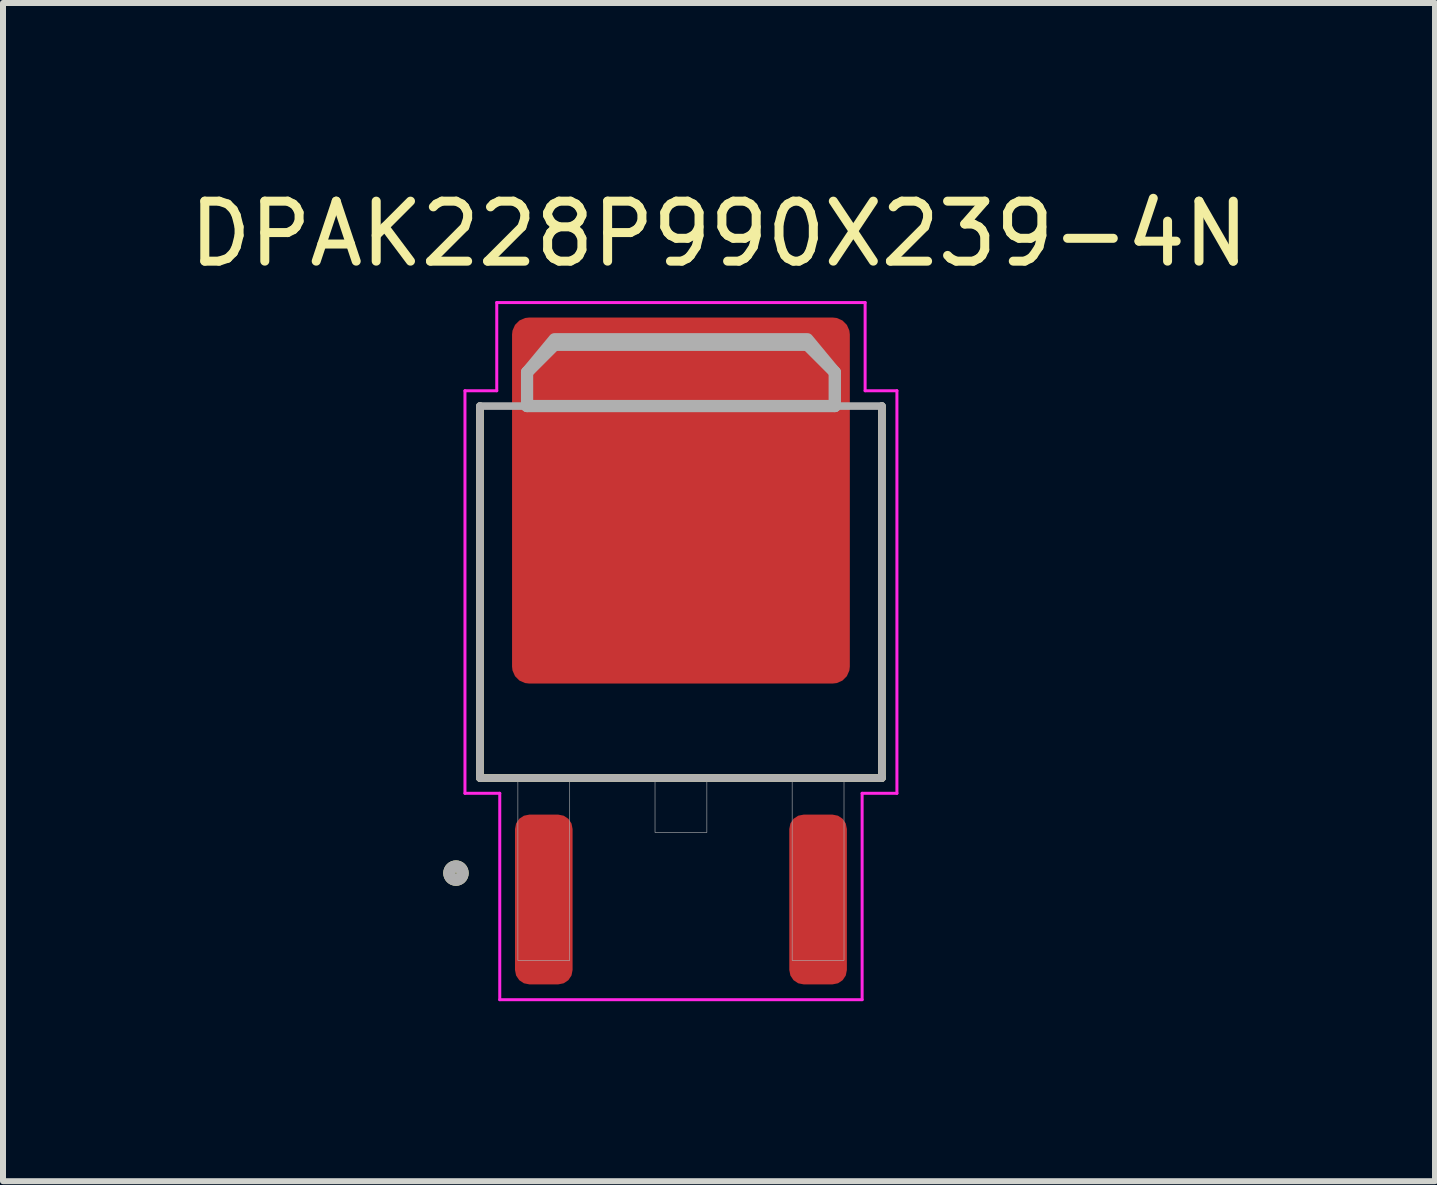
<source format=kicad_pcb>
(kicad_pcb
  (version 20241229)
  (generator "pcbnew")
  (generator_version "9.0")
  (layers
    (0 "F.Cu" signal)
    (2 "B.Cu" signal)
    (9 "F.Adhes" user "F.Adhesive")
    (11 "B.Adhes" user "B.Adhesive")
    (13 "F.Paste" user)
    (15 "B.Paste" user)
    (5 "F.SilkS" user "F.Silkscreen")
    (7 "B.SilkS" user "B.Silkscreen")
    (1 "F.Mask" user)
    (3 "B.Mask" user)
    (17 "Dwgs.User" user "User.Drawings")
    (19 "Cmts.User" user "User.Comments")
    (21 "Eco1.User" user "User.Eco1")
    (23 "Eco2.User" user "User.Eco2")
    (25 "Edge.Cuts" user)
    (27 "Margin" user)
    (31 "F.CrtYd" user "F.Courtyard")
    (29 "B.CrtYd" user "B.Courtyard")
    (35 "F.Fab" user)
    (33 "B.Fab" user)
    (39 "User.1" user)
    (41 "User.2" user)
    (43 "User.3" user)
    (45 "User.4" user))
  (footprint "DPAK228P990X239-4N"
    (layer "F.Cu")
    (at 8.3 7.803)
    (property "Reference" "DPAK228P990X239-4N" (at 0.635 -6.955 0) (layer "F.SilkS") (effects (font (size 1 1) (thickness 0.15))))
    (attr smd)
    (fp_line (start -3.35 2.115) (end -3.35 -4.085) (stroke (width 0.127) (type solid)) (layer "F.SilkS"))
    (fp_line (start 3.35 -4.085) (end 3.35 2.115) (stroke (width 0.127) (type solid)) (layer "F.SilkS"))
    (fp_line (start 3.35 2.115) (end -3.35 2.115) (stroke (width 0.127) (type solid)) (layer "F.SilkS"))
    (fp_circle (center -3.75 3.7) (end -3.638 3.7) (stroke (width 0.2) (type solid)) (fill no) (layer "F.SilkS"))
    (fp_poly (pts (xy -2.535 -5.27) (xy -1.225 -5.27) (xy -1.225 -3.81) (xy -2.535 -3.81)) (stroke (width 0.01) (type solid)) (fill yes) (layer "F.Paste"))
    (fp_poly (pts (xy -2.535 -3.24) (xy -1.225 -3.24) (xy -1.225 -1.78) (xy -2.535 -1.78)) (stroke (width 0.01) (type solid)) (fill yes) (layer "F.Paste"))
    (fp_poly (pts (xy -2.535 -1.21) (xy -1.225 -1.21) (xy -1.225 0.25) (xy -2.535 0.25)) (stroke (width 0.01) (type solid)) (fill yes) (layer "F.Paste"))
    (fp_poly (pts (xy -0.655 -5.27) (xy 0.655 -5.27) (xy 0.655 -3.81) (xy -0.655 -3.81)) (stroke (width 0.01) (type solid)) (fill yes) (layer "F.Paste"))
    (fp_poly (pts (xy -0.655 -3.24) (xy 0.655 -3.24) (xy 0.655 -1.78) (xy -0.655 -1.78)) (stroke (width 0.01) (type solid)) (fill yes) (layer "F.Paste"))
    (fp_poly (pts (xy -0.655 -1.21) (xy 0.655 -1.21) (xy 0.655 0.25) (xy -0.655 0.25)) (stroke (width 0.01) (type solid)) (fill yes) (layer "F.Paste"))
    (fp_poly (pts (xy 1.225 -5.27) (xy 2.535 -5.27) (xy 2.535 -3.81) (xy 1.225 -3.81)) (stroke (width 0.01) (type solid)) (fill yes) (layer "F.Paste"))
    (fp_poly (pts (xy 1.225 -3.24) (xy 2.535 -3.24) (xy 2.535 -1.78) (xy 1.225 -1.78)) (stroke (width 0.01) (type solid)) (fill yes) (layer "F.Paste"))
    (fp_poly (pts (xy 1.225 -1.21) (xy 2.535 -1.21) (xy 2.535 0.25) (xy 1.225 0.25)) (stroke (width 0.01) (type solid)) (fill yes) (layer "F.Paste"))
    (fp_line (start -3.6 -4.34) (end -3.07 -4.34) (stroke (width 0.05) (type solid)) (layer "F.CrtYd"))
    (fp_line (start -3.6 2.37) (end -3.6 -4.34) (stroke (width 0.05) (type solid)) (layer "F.CrtYd"))
    (fp_line (start -3.07 -5.81) (end 3.07 -5.81) (stroke (width 0.05) (type solid)) (layer "F.CrtYd"))
    (fp_line (start -3.07 -4.34) (end -3.07 -5.81) (stroke (width 0.05) (type solid)) (layer "F.CrtYd"))
    (fp_line (start -3.02 2.37) (end -3.6 2.37) (stroke (width 0.05) (type solid)) (layer "F.CrtYd"))
    (fp_line (start -3.02 5.81) (end -3.02 2.37) (stroke (width 0.05) (type solid)) (layer "F.CrtYd"))
    (fp_line (start 3.02 2.37) (end 3.02 5.81) (stroke (width 0.05) (type solid)) (layer "F.CrtYd"))
    (fp_line (start 3.02 5.81) (end -3.02 5.81) (stroke (width 0.05) (type solid)) (layer "F.CrtYd"))
    (fp_line (start 3.07 -5.81) (end 3.07 -4.34) (stroke (width 0.05) (type solid)) (layer "F.CrtYd"))
    (fp_line (start 3.07 -4.34) (end 3.6 -4.34) (stroke (width 0.05) (type solid)) (layer "F.CrtYd"))
    (fp_line (start 3.6 -4.34) (end 3.6 2.37) (stroke (width 0.05) (type solid)) (layer "F.CrtYd"))
    (fp_line (start 3.6 2.37) (end 3.02 2.37) (stroke (width 0.05) (type solid)) (layer "F.CrtYd"))
    (fp_line (start -3.35 -4.085) (end -2.565 -4.085) (stroke (width 0.127) (type solid)) (layer "F.Fab"))
    (fp_line (start -3.35 2.115) (end -3.35 -4.085) (stroke (width 0.127) (type solid)) (layer "F.Fab"))
    (fp_line (start -2.565 -4.648) (end -2.108 -5.105) (stroke (width 0.203) (type solid)) (layer "F.Fab"))
    (fp_line (start -2.565 -4.085) (end -2.565 -4.648) (stroke (width 0.203) (type solid)) (layer "F.Fab"))
    (fp_line (start -2.108 -5.105) (end 2.108 -5.105) (stroke (width 0.203) (type solid)) (layer "F.Fab"))
    (fp_line (start 2.108 -5.105) (end 2.565 -4.648) (stroke (width 0.203) (type solid)) (layer "F.Fab"))
    (fp_line (start 2.565 -4.648) (end 2.565 -4.085) (stroke (width 0.203) (type solid)) (layer "F.Fab"))
    (fp_line (start 2.565 -4.085) (end -2.565 -4.085) (stroke (width 0.203) (type solid)) (layer "F.Fab"))
    (fp_line (start 2.565 -4.085) (end 3.35 -4.085) (stroke (width 0.127) (type solid)) (layer "F.Fab"))
    (fp_line (start 3.35 -4.085) (end 3.35 2.115) (stroke (width 0.127) (type solid)) (layer "F.Fab"))
    (fp_line (start 3.35 2.115) (end -3.35 2.115) (stroke (width 0.127) (type solid)) (layer "F.Fab"))
    (fp_circle (center -3.75 3.7) (end -3.638 3.7) (stroke (width 0.2) (type solid)) (fill no) (layer "F.Fab"))
    (fp_poly (pts (xy -2.718 2.115) (xy -1.854 2.115) (xy -1.854 5.156) (xy -2.718 5.156)) (stroke (width 0.01) (type solid)) (fill no) (layer "F.Fab"))
    (fp_poly (pts (xy -0.432 2.115) (xy 0.432 2.115) (xy 0.432 3.023) (xy -0.432 3.023)) (stroke (width 0.01) (type solid)) (fill no) (layer "F.Fab"))
    (fp_poly (pts (xy 1.854 2.115) (xy 2.718 2.115) (xy 2.718 5.156) (xy 1.854 5.156)) (stroke (width 0.01) (type solid)) (fill no) (layer "F.Fab"))
    (fp_poly (pts (xy -2.565 -4.085) (xy -2.565 -4.648) (xy -2.108 -5.2) (xy 2.108 -5.2) (xy 2.565 -4.648) (xy 2.565 -4.085)) (stroke (width 0.2) (type solid)) (fill no) (layer "F.Fab"))
    (pad "1" smd roundrect (at -2.286 4.14) (size 0.96 2.83) (layers "F.Cu" "F.Mask" "F.Paste") (roundrect_rratio 0.25))
    (pad "2" smd roundrect (at 0 -2.51) (size 5.63 6.1) (layers "F.Cu" "F.Mask") (roundrect_rratio 0.05))
    (pad "3" smd roundrect (at 2.286 4.14) (size 0.96 2.83) (layers "F.Cu" "F.Mask" "F.Paste") (roundrect_rratio 0.25)))
  (gr_rect
    (start -3 -3)
    (end 20.869 16.638)
    (stroke (width 0.1) (type default))
    (fill no)
    (layer "Edge.Cuts")))
</source>
